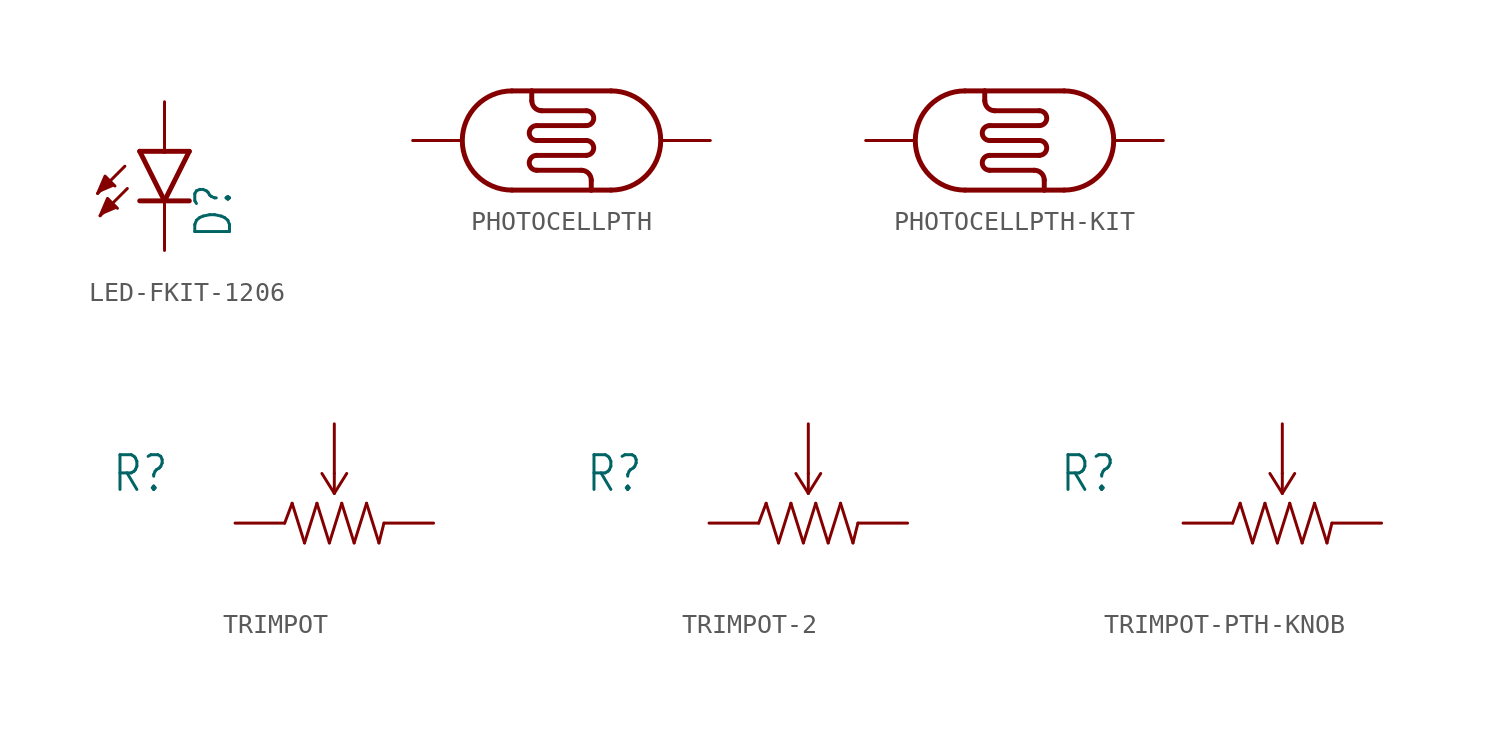
<source format=kicad_sym>
(kicad_symbol_lib
  (version 20220914)
  (generator kicad_symbol_editor)
  (symbol "LED-FKIT-1206"
    (property "Reference" "D"
      (at 3.556 -4.572 90)
      (effects (font (size 1.778 1.511)) (justify left bottom)))
    (property "Value" ""
      (at 5.715 -4.572 90)
      (effects (font (size 1.778 1.511)) (justify left bottom)))
    (property "ki_locked" ""
      (at 0 0 0)
      (effects (font (size 1.27 1.27))))
    (symbol "LED-FKIT-1206_1_0"
      (polyline (pts (xy -2.032 -0.762) (xy -3.429 -2.159)) (stroke (width 0.152) (type solid)) (fill (type none)))
      (polyline (pts (xy -1.905 -1.905) (xy -3.302 -3.302)) (stroke (width 0.152) (type solid)) (fill (type none)))
      (polyline (pts (xy 0 -2.54) (xy -1.27 -2.54)) (stroke (width 0.254) (type solid)) (fill (type none)))
      (polyline (pts (xy 0 -2.54) (xy -1.27 0)) (stroke (width 0.254) (type solid)) (fill (type none)))
      (polyline (pts (xy 0 0) (xy -1.27 0)) (stroke (width 0.254) (type solid)) (fill (type none)))
      (polyline (pts (xy 1.27 -2.54) (xy 0 -2.54)) (stroke (width 0.254) (type solid)) (fill (type none)))
      (polyline (pts (xy 1.27 0) (xy 0 -2.54)) (stroke (width 0.254) (type solid)) (fill (type none)))
      (polyline (pts (xy 1.27 0) (xy 0 0)) (stroke (width 0.254) (type solid)) (fill (type none)))
      (polyline (pts (xy -3.429 -2.159) (xy -3.048 -1.27) (xy -2.54 -1.778)) (stroke (width 0.152) (type solid)) (fill (type outline)))
      (polyline (pts (xy -3.302 -3.302) (xy -2.921 -2.413) (xy -2.413 -2.921)) (stroke (width 0.152) (type solid)) (fill (type outline)))
      (pin passive line (at 0 2.54 270) (length 2.54) (name "A" (effects (font (size 0 0)))) (number "A" (effects (font (size 0 0)))))
      (pin passive line (at 0 -5.08 90) (length 2.54) (name "C" (effects (font (size 0 0)))) (number "C" (effects (font (size 0 0)))))))
  (symbol "PHOTOCELLPTH"
    (property "Reference" "R"
      (at -5.08 3.048 0)
      (effects (font (size 1.778 1.511)) (justify left bottom) hide))
    (property "ki_locked" ""
      (at 0 0 0)
      (effects (font (size 1.27 1.27))))
    (symbol "PHOTOCELLPTH_1_0"
      (arc (start -2.54 2.54) (mid -5.08 0) (end -2.54 -2.54) (stroke (width 0.254) (type solid)) (fill (type none)))
      (arc (start -1.524 2.032) (mid -1.3752 1.6728) (end -1.016 1.524) (stroke (width 0.254) (type solid)) (fill (type none)))
      (arc (start -1.27 -0.762) (mid -1.651 -1.143) (end -1.27 -1.524) (stroke (width 0.254) (type solid)) (fill (type none)))
      (arc (start -1.27 0.762) (mid -1.651 0.381) (end -1.27 0) (stroke (width 0.254) (type solid)) (fill (type none)))
      (polyline (pts (xy -1.524 2.54) (xy -2.54 2.54)) (stroke (width 0.254) (type solid)) (fill (type none)))
      (polyline (pts (xy -1.524 2.54) (xy -1.524 2.032)) (stroke (width 0.254) (type solid)) (fill (type none)))
      (polyline (pts (xy -1.27 -1.524) (xy 1.016 -1.524)) (stroke (width 0.254) (type solid)) (fill (type none)))
      (polyline (pts (xy -1.27 -0.762) (xy 1.27 -0.762)) (stroke (width 0.254) (type solid)) (fill (type none)))
      (polyline (pts (xy -1.27 0) (xy 1.27 0)) (stroke (width 0.254) (type solid)) (fill (type none)))
      (polyline (pts (xy -1.27 0.762) (xy 1.27 0.762)) (stroke (width 0.254) (type solid)) (fill (type none)))
      (polyline (pts (xy -1.016 1.524) (xy 1.27 1.524)) (stroke (width 0.254) (type solid)) (fill (type none)))
      (polyline (pts (xy 1.524 -2.54) (xy -2.54 -2.54)) (stroke (width 0.254) (type solid)) (fill (type none)))
      (polyline (pts (xy 1.524 -2.032) (xy 1.524 -2.54)) (stroke (width 0.254) (type solid)) (fill (type none)))
      (polyline (pts (xy 2.54 -2.54) (xy 1.524 -2.54)) (stroke (width 0.254) (type solid)) (fill (type none)))
      (polyline (pts (xy 2.54 2.54) (xy -1.524 2.54)) (stroke (width 0.254) (type solid)) (fill (type none)))
      (arc (start 1.27 -0.762) (mid 1.651 -0.381) (end 1.27 0) (stroke (width 0.254) (type solid)) (fill (type none)))
      (arc (start 1.27 0.762) (mid 1.651 1.143) (end 1.27 1.524) (stroke (width 0.254) (type solid)) (fill (type none)))
      (arc (start 1.524 -2.032) (mid 1.3752 -1.6728) (end 1.016 -1.524) (stroke (width 0.254) (type solid)) (fill (type none)))
      (arc (start 2.54 -2.54) (mid 5.08 0) (end 2.54 2.54) (stroke (width 0.254) (type solid)) (fill (type none)))
      (pin bidirectional line (at -7.62 0 0) (length 2.54) (name "P$1" (effects (font (size 0 0)))) (number "1" (effects (font (size 0 0)))))
      (pin bidirectional line (at 7.62 0 180) (length 2.54) (name "P$2" (effects (font (size 0 0)))) (number "2" (effects (font (size 0 0)))))))
  (symbol "PHOTOCELLPTH-KIT"
    (property "Reference" "R"
      (at -5.08 3.048 0)
      (effects (font (size 1.778 1.511)) (justify left bottom) hide))
    (property "ki_locked" ""
      (at 0 0 0)
      (effects (font (size 1.27 1.27))))
    (symbol "PHOTOCELLPTH-KIT_1_0"
      (arc (start -2.54 2.54) (mid -5.08 0) (end -2.54 -2.54) (stroke (width 0.254) (type solid)) (fill (type none)))
      (arc (start -1.524 2.032) (mid -1.3752 1.6728) (end -1.016 1.524) (stroke (width 0.254) (type solid)) (fill (type none)))
      (arc (start -1.27 -0.762) (mid -1.651 -1.143) (end -1.27 -1.524) (stroke (width 0.254) (type solid)) (fill (type none)))
      (arc (start -1.27 0.762) (mid -1.651 0.381) (end -1.27 0) (stroke (width 0.254) (type solid)) (fill (type none)))
      (polyline (pts (xy -1.524 2.54) (xy -2.54 2.54)) (stroke (width 0.254) (type solid)) (fill (type none)))
      (polyline (pts (xy -1.524 2.54) (xy -1.524 2.032)) (stroke (width 0.254) (type solid)) (fill (type none)))
      (polyline (pts (xy -1.27 -1.524) (xy 1.016 -1.524)) (stroke (width 0.254) (type solid)) (fill (type none)))
      (polyline (pts (xy -1.27 -0.762) (xy 1.27 -0.762)) (stroke (width 0.254) (type solid)) (fill (type none)))
      (polyline (pts (xy -1.27 0) (xy 1.27 0)) (stroke (width 0.254) (type solid)) (fill (type none)))
      (polyline (pts (xy -1.27 0.762) (xy 1.27 0.762)) (stroke (width 0.254) (type solid)) (fill (type none)))
      (polyline (pts (xy -1.016 1.524) (xy 1.27 1.524)) (stroke (width 0.254) (type solid)) (fill (type none)))
      (polyline (pts (xy 1.524 -2.54) (xy -2.54 -2.54)) (stroke (width 0.254) (type solid)) (fill (type none)))
      (polyline (pts (xy 1.524 -2.032) (xy 1.524 -2.54)) (stroke (width 0.254) (type solid)) (fill (type none)))
      (polyline (pts (xy 2.54 -2.54) (xy 1.524 -2.54)) (stroke (width 0.254) (type solid)) (fill (type none)))
      (polyline (pts (xy 2.54 2.54) (xy -1.524 2.54)) (stroke (width 0.254) (type solid)) (fill (type none)))
      (arc (start 1.27 -0.762) (mid 1.651 -0.381) (end 1.27 0) (stroke (width 0.254) (type solid)) (fill (type none)))
      (arc (start 1.27 0.762) (mid 1.651 1.143) (end 1.27 1.524) (stroke (width 0.254) (type solid)) (fill (type none)))
      (arc (start 1.524 -2.032) (mid 1.3752 -1.6728) (end 1.016 -1.524) (stroke (width 0.254) (type solid)) (fill (type none)))
      (arc (start 2.54 -2.54) (mid 5.08 0) (end 2.54 2.54) (stroke (width 0.254) (type solid)) (fill (type none)))
      (pin bidirectional line (at -7.62 0 0) (length 2.54) (name "P$1" (effects (font (size 0 0)))) (number "1" (effects (font (size 0 0)))))
      (pin bidirectional line (at 7.62 0 180) (length 2.54) (name "P$2" (effects (font (size 0 0)))) (number "2" (effects (font (size 0 0)))))))
  (symbol "TRIMPOT"
    (property "Reference" "R"
      (at -11.43 1.499 0)
      (effects (font (size 1.778 1.511)) (justify left bottom)))
    (property "Value" ""
      (at -3.81 -3.302 0)
      (effects (font (size 1.778 1.511)) (justify left bottom)))
    (property "ki_locked" ""
      (at 0 0 0)
      (effects (font (size 1.27 1.27))))
    (symbol "TRIMPOT_1_0"
      (polyline (pts (xy -2.54 0) (xy -2.159 1.016)) (stroke (width 0.152) (type solid)) (fill (type none)))
      (polyline (pts (xy -2.159 1.016) (xy -1.524 -1.016)) (stroke (width 0.152) (type solid)) (fill (type none)))
      (polyline (pts (xy -1.524 -1.016) (xy -0.889 1.016)) (stroke (width 0.152) (type solid)) (fill (type none)))
      (polyline (pts (xy -0.889 1.016) (xy -0.254 -1.016)) (stroke (width 0.152) (type solid)) (fill (type none)))
      (polyline (pts (xy -0.635 2.54) (xy 0 1.524)) (stroke (width 0.152) (type solid)) (fill (type none)))
      (polyline (pts (xy -0.254 -1.016) (xy 0.381 1.016)) (stroke (width 0.152) (type solid)) (fill (type none)))
      (polyline (pts (xy 0 1.524) (xy 0.635 2.54)) (stroke (width 0.152) (type solid)) (fill (type none)))
      (polyline (pts (xy 0 2.54) (xy 0 1.524)) (stroke (width 0.152) (type solid)) (fill (type none)))
      (polyline (pts (xy 0.381 1.016) (xy 1.016 -1.016)) (stroke (width 0.152) (type solid)) (fill (type none)))
      (polyline (pts (xy 1.016 -1.016) (xy 1.651 1.016)) (stroke (width 0.152) (type solid)) (fill (type none)))
      (polyline (pts (xy 1.651 1.016) (xy 2.286 -1.016)) (stroke (width 0.152) (type solid)) (fill (type none)))
      (polyline (pts (xy 2.286 -1.016) (xy 2.54 0)) (stroke (width 0.152) (type solid)) (fill (type none)))
      (pin passive line (at -5.08 0 0) (length 2.54) (name "CCW" (effects (font (size 0 0)))) (number "A" (effects (font (size 0 0)))))
      (pin passive line (at 0 5.08 270) (length 2.54) (name "WIPER" (effects (font (size 0 0)))) (number "B" (effects (font (size 0 0)))))
      (pin passive line (at 5.08 0 180) (length 2.54) (name "CW" (effects (font (size 0 0)))) (number "C" (effects (font (size 0 0)))))))
  (symbol "TRIMPOT-2"
    (property "Reference" "R"
      (at -11.43 1.499 0)
      (effects (font (size 1.778 1.511)) (justify left bottom)))
    (property "Value" ""
      (at -3.81 -3.302 0)
      (effects (font (size 1.778 1.511)) (justify left bottom)))
    (property "ki_locked" ""
      (at 0 0 0)
      (effects (font (size 1.27 1.27))))
    (symbol "TRIMPOT-2_1_0"
      (polyline (pts (xy -2.54 0) (xy -2.159 1.016)) (stroke (width 0.152) (type solid)) (fill (type none)))
      (polyline (pts (xy -2.159 1.016) (xy -1.524 -1.016)) (stroke (width 0.152) (type solid)) (fill (type none)))
      (polyline (pts (xy -1.524 -1.016) (xy -0.889 1.016)) (stroke (width 0.152) (type solid)) (fill (type none)))
      (polyline (pts (xy -0.889 1.016) (xy -0.254 -1.016)) (stroke (width 0.152) (type solid)) (fill (type none)))
      (polyline (pts (xy -0.635 2.54) (xy 0 1.524)) (stroke (width 0.152) (type solid)) (fill (type none)))
      (polyline (pts (xy -0.254 -1.016) (xy 0.381 1.016)) (stroke (width 0.152) (type solid)) (fill (type none)))
      (polyline (pts (xy 0 1.524) (xy 0.635 2.54)) (stroke (width 0.152) (type solid)) (fill (type none)))
      (polyline (pts (xy 0 2.54) (xy 0 1.524)) (stroke (width 0.152) (type solid)) (fill (type none)))
      (polyline (pts (xy 0.381 1.016) (xy 1.016 -1.016)) (stroke (width 0.152) (type solid)) (fill (type none)))
      (polyline (pts (xy 1.016 -1.016) (xy 1.651 1.016)) (stroke (width 0.152) (type solid)) (fill (type none)))
      (polyline (pts (xy 1.651 1.016) (xy 2.286 -1.016)) (stroke (width 0.152) (type solid)) (fill (type none)))
      (polyline (pts (xy 2.286 -1.016) (xy 2.54 0)) (stroke (width 0.152) (type solid)) (fill (type none)))
      (pin passive line (at -5.08 0 0) (length 2.54) (name "CCW" (effects (font (size 0 0)))) (number "1" (effects (font (size 0 0)))))
      (pin passive line (at 0 5.08 270) (length 2.54) (name "WIPER" (effects (font (size 0 0)))) (number "2" (effects (font (size 0 0)))))
      (pin passive line (at 5.08 0 180) (length 2.54) (name "CW" (effects (font (size 0 0)))) (number "3" (effects (font (size 0 0)))))))
  (symbol "TRIMPOT-PTH-KNOB"
    (property "Reference" "R"
      (at -11.43 1.499 0)
      (effects (font (size 1.778 1.511)) (justify left bottom)))
    (property "Value" ""
      (at -3.81 -3.302 0)
      (effects (font (size 1.778 1.511)) (justify left bottom)))
    (property "ki_locked" ""
      (at 0 0 0)
      (effects (font (size 1.27 1.27))))
    (symbol "TRIMPOT-PTH-KNOB_1_0"
      (polyline (pts (xy -2.54 0) (xy -2.159 1.016)) (stroke (width 0.152) (type solid)) (fill (type none)))
      (polyline (pts (xy -2.159 1.016) (xy -1.524 -1.016)) (stroke (width 0.152) (type solid)) (fill (type none)))
      (polyline (pts (xy -1.524 -1.016) (xy -0.889 1.016)) (stroke (width 0.152) (type solid)) (fill (type none)))
      (polyline (pts (xy -0.889 1.016) (xy -0.254 -1.016)) (stroke (width 0.152) (type solid)) (fill (type none)))
      (polyline (pts (xy -0.635 2.54) (xy 0 1.524)) (stroke (width 0.152) (type solid)) (fill (type none)))
      (polyline (pts (xy -0.254 -1.016) (xy 0.381 1.016)) (stroke (width 0.152) (type solid)) (fill (type none)))
      (polyline (pts (xy 0 1.524) (xy 0.635 2.54)) (stroke (width 0.152) (type solid)) (fill (type none)))
      (polyline (pts (xy 0 2.54) (xy 0 1.524)) (stroke (width 0.152) (type solid)) (fill (type none)))
      (polyline (pts (xy 0.381 1.016) (xy 1.016 -1.016)) (stroke (width 0.152) (type solid)) (fill (type none)))
      (polyline (pts (xy 1.016 -1.016) (xy 1.651 1.016)) (stroke (width 0.152) (type solid)) (fill (type none)))
      (polyline (pts (xy 1.651 1.016) (xy 2.286 -1.016)) (stroke (width 0.152) (type solid)) (fill (type none)))
      (polyline (pts (xy 2.286 -1.016) (xy 2.54 0)) (stroke (width 0.152) (type solid)) (fill (type none)))
      (pin passive line (at -5.08 0 0) (length 2.54) (name "CCW" (effects (font (size 0 0)))) (number "1" (effects (font (size 0 0)))))
      (pin passive line (at 0 5.08 270) (length 2.54) (name "WIPER" (effects (font (size 0 0)))) (number "2" (effects (font (size 0 0)))))
      (pin passive line (at 5.08 0 180) (length 2.54) (name "CW" (effects (font (size 0 0)))) (number "3" (effects (font (size 0 0))))))))
</source>
